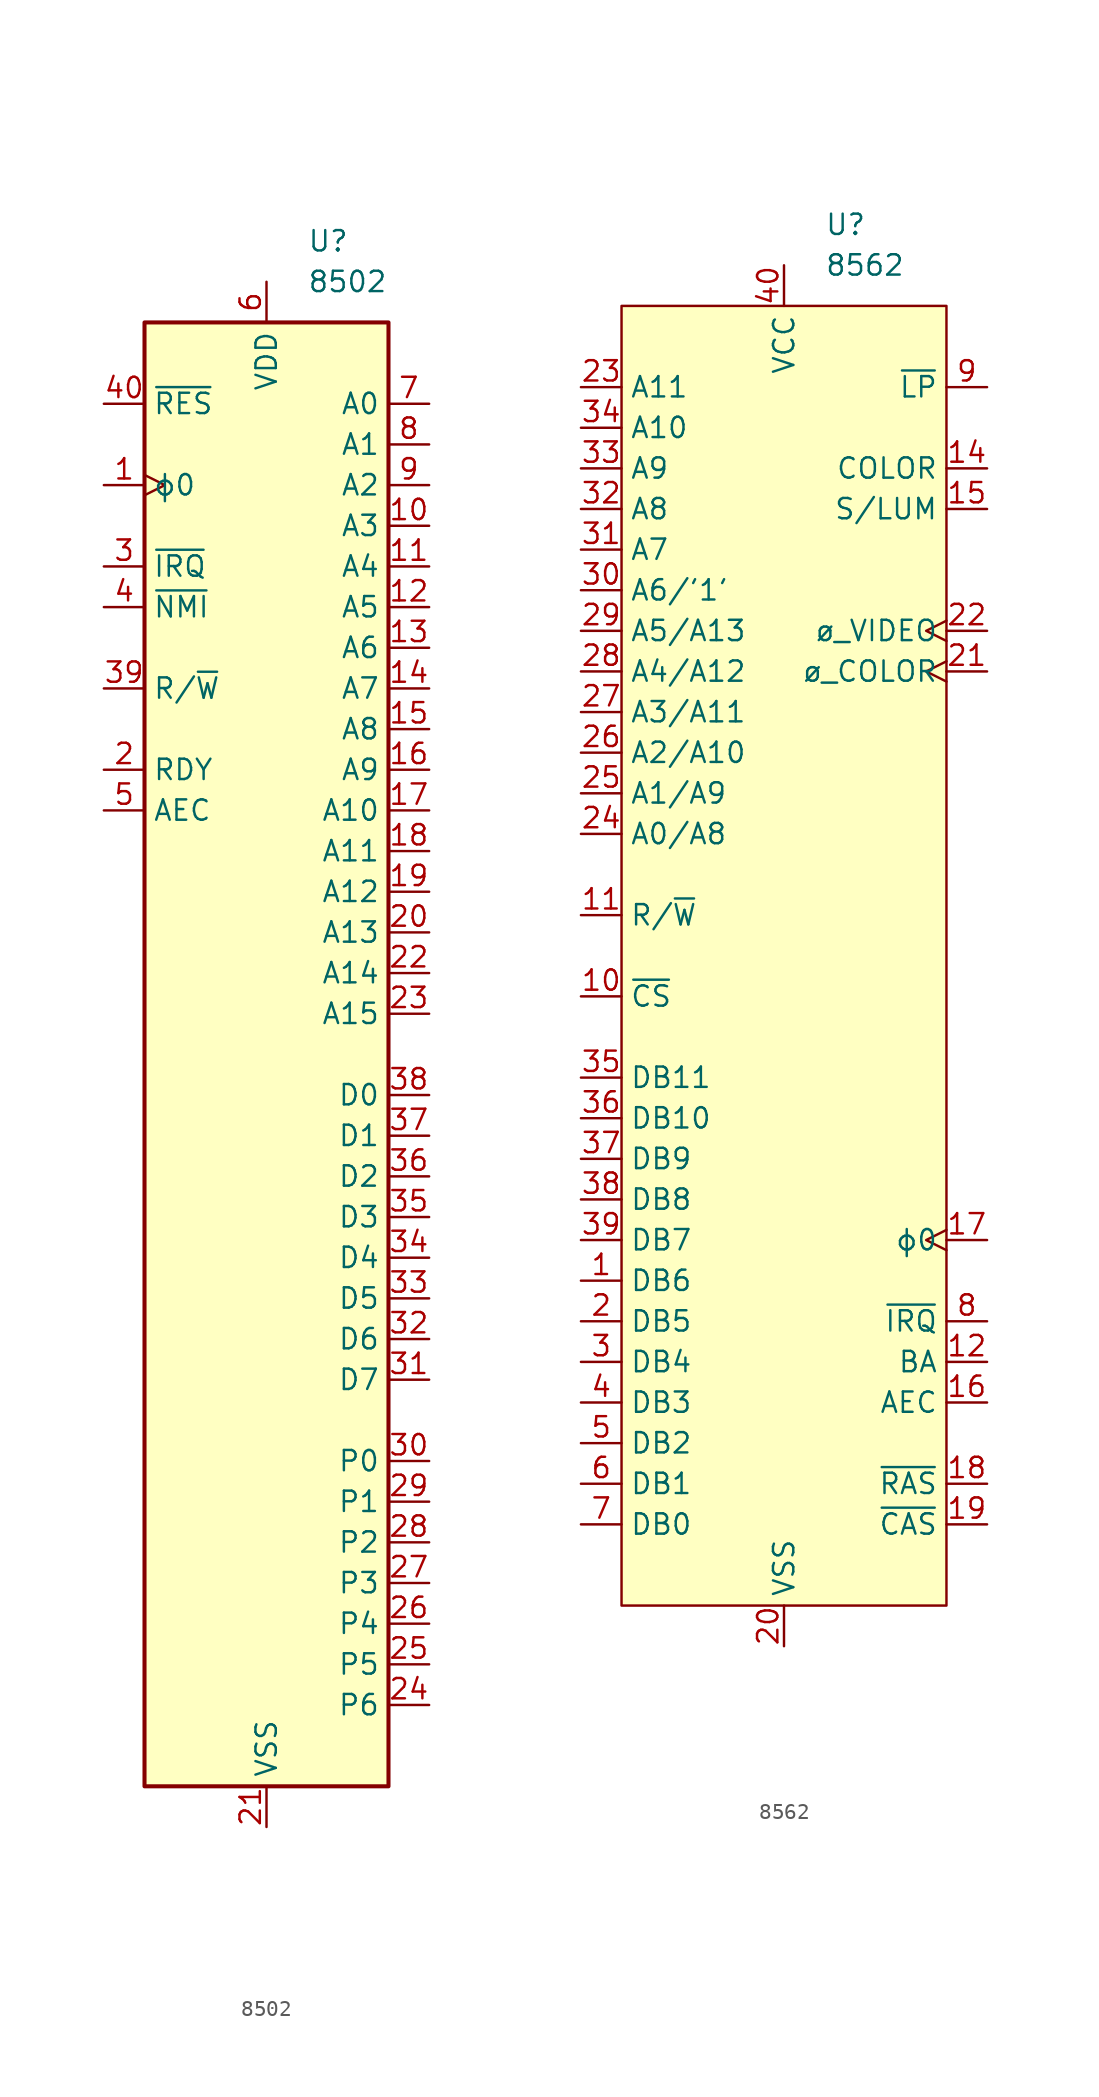
<source format=kicad_sym>
(kicad_symbol_lib
  (version 20231120)
  (generator "kicad_symbol_editor")
  (generator_version "8.0")
  (symbol "8502"
    (property "Reference" "U"
      (at 2.54 50.8 0)
      (effects (font (size 1.27 1.27)) (justify left)))
    (property "Value" "8502"
      (at 2.54 48.26 0)
      (effects (font (size 1.27 1.27)) (justify left)))
    (symbol "8502_0_1"
      (rectangle (start -7.62 45.72) (end 7.62 -45.72) (stroke (width 0.254) (type default)) (fill (type background))))
    (symbol "8502_1_1"
      (pin input clock (at -10.16 35.56 0) (length 2.54) (name "ϕ0" (effects (font (size 1.27 1.27)))) (number "1" (effects (font (size 1.27 1.27)))))
      (pin tri_state line (at 10.16 33.02 180) (length 2.54) (name "A3" (effects (font (size 1.27 1.27)))) (number "10" (effects (font (size 1.27 1.27)))))
      (pin tri_state line (at 10.16 30.48 180) (length 2.54) (name "A4" (effects (font (size 1.27 1.27)))) (number "11" (effects (font (size 1.27 1.27)))))
      (pin tri_state line (at 10.16 27.94 180) (length 2.54) (name "A5" (effects (font (size 1.27 1.27)))) (number "12" (effects (font (size 1.27 1.27)))))
      (pin tri_state line (at 10.16 25.4 180) (length 2.54) (name "A6" (effects (font (size 1.27 1.27)))) (number "13" (effects (font (size 1.27 1.27)))))
      (pin tri_state line (at 10.16 22.86 180) (length 2.54) (name "A7" (effects (font (size 1.27 1.27)))) (number "14" (effects (font (size 1.27 1.27)))))
      (pin tri_state line (at 10.16 20.32 180) (length 2.54) (name "A8" (effects (font (size 1.27 1.27)))) (number "15" (effects (font (size 1.27 1.27)))))
      (pin tri_state line (at 10.16 17.78 180) (length 2.54) (name "A9" (effects (font (size 1.27 1.27)))) (number "16" (effects (font (size 1.27 1.27)))))
      (pin tri_state line (at 10.16 15.24 180) (length 2.54) (name "A10" (effects (font (size 1.27 1.27)))) (number "17" (effects (font (size 1.27 1.27)))))
      (pin tri_state line (at 10.16 12.7 180) (length 2.54) (name "A11" (effects (font (size 1.27 1.27)))) (number "18" (effects (font (size 1.27 1.27)))))
      (pin tri_state line (at 10.16 10.16 180) (length 2.54) (name "A12" (effects (font (size 1.27 1.27)))) (number "19" (effects (font (size 1.27 1.27)))))
      (pin input line (at -10.16 17.78 0) (length 2.54) (name "RDY" (effects (font (size 1.27 1.27)))) (number "2" (effects (font (size 1.27 1.27)))))
      (pin tri_state line (at 10.16 7.62 180) (length 2.54) (name "A13" (effects (font (size 1.27 1.27)))) (number "20" (effects (font (size 1.27 1.27)))))
      (pin power_in line (at 0 -48.26 90) (length 2.54) (name "VSS" (effects (font (size 1.27 1.27)))) (number "21" (effects (font (size 1.27 1.27)))))
      (pin tri_state line (at 10.16 5.08 180) (length 2.54) (name "A14" (effects (font (size 1.27 1.27)))) (number "22" (effects (font (size 1.27 1.27)))))
      (pin tri_state line (at 10.16 2.54 180) (length 2.54) (name "A15" (effects (font (size 1.27 1.27)))) (number "23" (effects (font (size 1.27 1.27)))))
      (pin bidirectional line (at 10.16 -40.64 180) (length 2.54) (name "P6" (effects (font (size 1.27 1.27)))) (number "24" (effects (font (size 1.27 1.27)))))
      (pin bidirectional line (at 10.16 -38.1 180) (length 2.54) (name "P5" (effects (font (size 1.27 1.27)))) (number "25" (effects (font (size 1.27 1.27)))))
      (pin bidirectional line (at 10.16 -35.56 180) (length 2.54) (name "P4" (effects (font (size 1.27 1.27)))) (number "26" (effects (font (size 1.27 1.27)))))
      (pin bidirectional line (at 10.16 -33.02 180) (length 2.54) (name "P3" (effects (font (size 1.27 1.27)))) (number "27" (effects (font (size 1.27 1.27)))))
      (pin bidirectional line (at 10.16 -30.48 180) (length 2.54) (name "P2" (effects (font (size 1.27 1.27)))) (number "28" (effects (font (size 1.27 1.27)))))
      (pin bidirectional line (at 10.16 -27.94 180) (length 2.54) (name "P1" (effects (font (size 1.27 1.27)))) (number "29" (effects (font (size 1.27 1.27)))))
      (pin input line (at -10.16 30.48 0) (length 2.54) (name "~{IRQ}" (effects (font (size 1.27 1.27)))) (number "3" (effects (font (size 1.27 1.27)))))
      (pin bidirectional line (at 10.16 -25.4 180) (length 2.54) (name "P0" (effects (font (size 1.27 1.27)))) (number "30" (effects (font (size 1.27 1.27)))))
      (pin bidirectional line (at 10.16 -20.32 180) (length 2.54) (name "D7" (effects (font (size 1.27 1.27)))) (number "31" (effects (font (size 1.27 1.27)))))
      (pin bidirectional line (at 10.16 -17.78 180) (length 2.54) (name "D6" (effects (font (size 1.27 1.27)))) (number "32" (effects (font (size 1.27 1.27)))))
      (pin bidirectional line (at 10.16 -15.24 180) (length 2.54) (name "D5" (effects (font (size 1.27 1.27)))) (number "33" (effects (font (size 1.27 1.27)))))
      (pin bidirectional line (at 10.16 -12.7 180) (length 2.54) (name "D4" (effects (font (size 1.27 1.27)))) (number "34" (effects (font (size 1.27 1.27)))))
      (pin bidirectional line (at 10.16 -10.16 180) (length 2.54) (name "D3" (effects (font (size 1.27 1.27)))) (number "35" (effects (font (size 1.27 1.27)))))
      (pin bidirectional line (at 10.16 -7.62 180) (length 2.54) (name "D2" (effects (font (size 1.27 1.27)))) (number "36" (effects (font (size 1.27 1.27)))))
      (pin bidirectional line (at 10.16 -5.08 180) (length 2.54) (name "D1" (effects (font (size 1.27 1.27)))) (number "37" (effects (font (size 1.27 1.27)))))
      (pin bidirectional line (at 10.16 -2.54 180) (length 2.54) (name "D0" (effects (font (size 1.27 1.27)))) (number "38" (effects (font (size 1.27 1.27)))))
      (pin tri_state line (at -10.16 22.86 0) (length 2.54) (name "R/~{W}" (effects (font (size 1.27 1.27)))) (number "39" (effects (font (size 1.27 1.27)))))
      (pin input line (at -10.16 27.94 0) (length 2.54) (name "~{NMI}" (effects (font (size 1.27 1.27)))) (number "4" (effects (font (size 1.27 1.27)))))
      (pin input line (at -10.16 40.64 0) (length 2.54) (name "~{RES}" (effects (font (size 1.27 1.27)))) (number "40" (effects (font (size 1.27 1.27)))))
      (pin input line (at -10.16 15.24 0) (length 2.54) (name "AEC" (effects (font (size 1.27 1.27)))) (number "5" (effects (font (size 1.27 1.27)))))
      (pin power_in line (at 0 48.26 270) (length 2.54) (name "VDD" (effects (font (size 1.27 1.27)))) (number "6" (effects (font (size 1.27 1.27)))))
      (pin tri_state line (at 10.16 40.64 180) (length 2.54) (name "A0" (effects (font (size 1.27 1.27)))) (number "7" (effects (font (size 1.27 1.27)))))
      (pin tri_state line (at 10.16 38.1 180) (length 2.54) (name "A1" (effects (font (size 1.27 1.27)))) (number "8" (effects (font (size 1.27 1.27)))))
      (pin tri_state line (at 10.16 35.56 180) (length 2.54) (name "A2" (effects (font (size 1.27 1.27)))) (number "9" (effects (font (size 1.27 1.27)))))))
  (symbol "8562"
    (property "Reference" "U"
      (at 2.54 45.72 0)
      (effects (font (size 1.27 1.27)) (justify left)))
    (property "Value" "8562"
      (at 2.54 43.18 0)
      (effects (font (size 1.27 1.27)) (justify left)))
    (symbol "8562_0_1"
      (rectangle (start -10.16 40.64) (end 10.16 -40.64) (stroke (width 0) (type default)) (fill (type background))))
    (symbol "8562_1_1"
      (pin bidirectional line (at -12.7 -20.32 0) (length 2.54) (name "DB6" (effects (font (size 1.27 1.27)))) (number "1" (effects (font (size 1.27 1.27)))))
      (pin input line (at -12.7 -2.54 0) (length 2.54) (name "~{CS}" (effects (font (size 1.27 1.27)))) (number "10" (effects (font (size 1.27 1.27)))))
      (pin input line (at -12.7 2.54 0) (length 2.54) (name "R/~{W}" (effects (font (size 1.27 1.27)))) (number "11" (effects (font (size 1.27 1.27)))))
      (pin output line (at 12.7 -25.4 180) (length 2.54) (name "BA" (effects (font (size 1.27 1.27)))) (number "12" (effects (font (size 1.27 1.27)))))
      (pin passive line (at 0 43.18 270) (length 2.54) hide (name "VDD" (effects (font (size 1.27 1.27)))) (number "13" (effects (font (size 1.27 1.27)))))
      (pin output line (at 12.7 30.48 180) (length 2.54) (name "COLOR" (effects (font (size 1.27 1.27)))) (number "14" (effects (font (size 1.27 1.27)))))
      (pin output line (at 12.7 27.94 180) (length 2.54) (name "S/LUM" (effects (font (size 1.27 1.27)))) (number "15" (effects (font (size 1.27 1.27)))))
      (pin output line (at 12.7 -27.94 180) (length 2.54) (name "AEC" (effects (font (size 1.27 1.27)))) (number "16" (effects (font (size 1.27 1.27)))))
      (pin output clock (at 12.7 -17.78 180) (length 2.54) (name "ϕ0" (effects (font (size 1.27 1.27)))) (number "17" (effects (font (size 1.27 1.27)))))
      (pin output line (at 12.7 -33.02 180) (length 2.54) (name "~{RAS}" (effects (font (size 1.27 1.27)))) (number "18" (effects (font (size 1.27 1.27)))))
      (pin output line (at 12.7 -35.56 180) (length 2.54) (name "~{CAS}" (effects (font (size 1.27 1.27)))) (number "19" (effects (font (size 1.27 1.27)))))
      (pin bidirectional line (at -12.7 -22.86 0) (length 2.54) (name "DB5" (effects (font (size 1.27 1.27)))) (number "2" (effects (font (size 1.27 1.27)))))
      (pin power_in line (at 0 -43.18 90) (length 2.54) (name "VSS" (effects (font (size 1.27 1.27)))) (number "20" (effects (font (size 1.27 1.27)))))
      (pin input clock (at 12.7 17.78 180) (length 2.54) (name "ø_COLOR" (effects (font (size 1.27 1.27)))) (number "21" (effects (font (size 1.27 1.27)))))
      (pin input clock (at 12.7 20.32 180) (length 2.54) (name "ø_VIDEO" (effects (font (size 1.27 1.27)))) (number "22" (effects (font (size 1.27 1.27)))))
      (pin bidirectional line (at -12.7 35.56 0) (length 2.54) (name "A11" (effects (font (size 1.27 1.27)))) (number "23" (effects (font (size 1.27 1.27)))))
      (pin bidirectional line (at -12.7 7.62 0) (length 2.54) (name "A0/A8" (effects (font (size 1.27 1.27)))) (number "24" (effects (font (size 1.27 1.27)))))
      (pin bidirectional line (at -12.7 10.16 0) (length 2.54) (name "A1/A9" (effects (font (size 1.27 1.27)))) (number "25" (effects (font (size 1.27 1.27)))))
      (pin bidirectional line (at -12.7 12.7 0) (length 2.54) (name "A2/A10" (effects (font (size 1.27 1.27)))) (number "26" (effects (font (size 1.27 1.27)))))
      (pin bidirectional line (at -12.7 15.24 0) (length 2.54) (name "A3/A11" (effects (font (size 1.27 1.27)))) (number "27" (effects (font (size 1.27 1.27)))))
      (pin bidirectional line (at -12.7 17.78 0) (length 2.54) (name "A4/A12" (effects (font (size 1.27 1.27)))) (number "28" (effects (font (size 1.27 1.27)))))
      (pin bidirectional line (at -12.7 20.32 0) (length 2.54) (name "A5/A13" (effects (font (size 1.27 1.27)))) (number "29" (effects (font (size 1.27 1.27)))))
      (pin bidirectional line (at -12.7 -25.4 0) (length 2.54) (name "DB4" (effects (font (size 1.27 1.27)))) (number "3" (effects (font (size 1.27 1.27)))))
      (pin bidirectional line (at -12.7 22.86 0) (length 2.54) (name "A6/'1'" (effects (font (size 1.27 1.27)))) (number "30" (effects (font (size 1.27 1.27)))))
      (pin bidirectional line (at -12.7 25.4 0) (length 2.54) (name "A7" (effects (font (size 1.27 1.27)))) (number "31" (effects (font (size 1.27 1.27)))))
      (pin bidirectional line (at -12.7 27.94 0) (length 2.54) (name "A8" (effects (font (size 1.27 1.27)))) (number "32" (effects (font (size 1.27 1.27)))))
      (pin bidirectional line (at -12.7 30.48 0) (length 2.54) (name "A9" (effects (font (size 1.27 1.27)))) (number "33" (effects (font (size 1.27 1.27)))))
      (pin bidirectional line (at -12.7 33.02 0) (length 2.54) (name "A10" (effects (font (size 1.27 1.27)))) (number "34" (effects (font (size 1.27 1.27)))))
      (pin input line (at -12.7 -7.62 0) (length 2.54) (name "DB11" (effects (font (size 1.27 1.27)))) (number "35" (effects (font (size 1.27 1.27)))))
      (pin input line (at -12.7 -10.16 0) (length 2.54) (name "DB10" (effects (font (size 1.27 1.27)))) (number "36" (effects (font (size 1.27 1.27)))))
      (pin input line (at -12.7 -12.7 0) (length 2.54) (name "DB9" (effects (font (size 1.27 1.27)))) (number "37" (effects (font (size 1.27 1.27)))))
      (pin input line (at -12.7 -15.24 0) (length 2.54) (name "DB8" (effects (font (size 1.27 1.27)))) (number "38" (effects (font (size 1.27 1.27)))))
      (pin bidirectional line (at -12.7 -17.78 0) (length 2.54) (name "DB7" (effects (font (size 1.27 1.27)))) (number "39" (effects (font (size 1.27 1.27)))))
      (pin bidirectional line (at -12.7 -27.94 0) (length 2.54) (name "DB3" (effects (font (size 1.27 1.27)))) (number "4" (effects (font (size 1.27 1.27)))))
      (pin power_in line (at 0 43.18 270) (length 2.54) (name "VCC" (effects (font (size 1.27 1.27)))) (number "40" (effects (font (size 1.27 1.27)))))
      (pin bidirectional line (at -12.7 -30.48 0) (length 2.54) (name "DB2" (effects (font (size 1.27 1.27)))) (number "5" (effects (font (size 1.27 1.27)))))
      (pin bidirectional line (at -12.7 -33.02 0) (length 2.54) (name "DB1" (effects (font (size 1.27 1.27)))) (number "6" (effects (font (size 1.27 1.27)))))
      (pin bidirectional line (at -12.7 -35.56 0) (length 2.54) (name "DB0" (effects (font (size 1.27 1.27)))) (number "7" (effects (font (size 1.27 1.27)))))
      (pin open_collector line (at 12.7 -22.86 180) (length 2.54) (name "~{IRQ}" (effects (font (size 1.27 1.27)))) (number "8" (effects (font (size 1.27 1.27)))))
      (pin input line (at 12.7 35.56 180) (length 2.54) (name "~{LP}" (effects (font (size 1.27 1.27)))) (number "9" (effects (font (size 1.27 1.27))))))))
</source>
